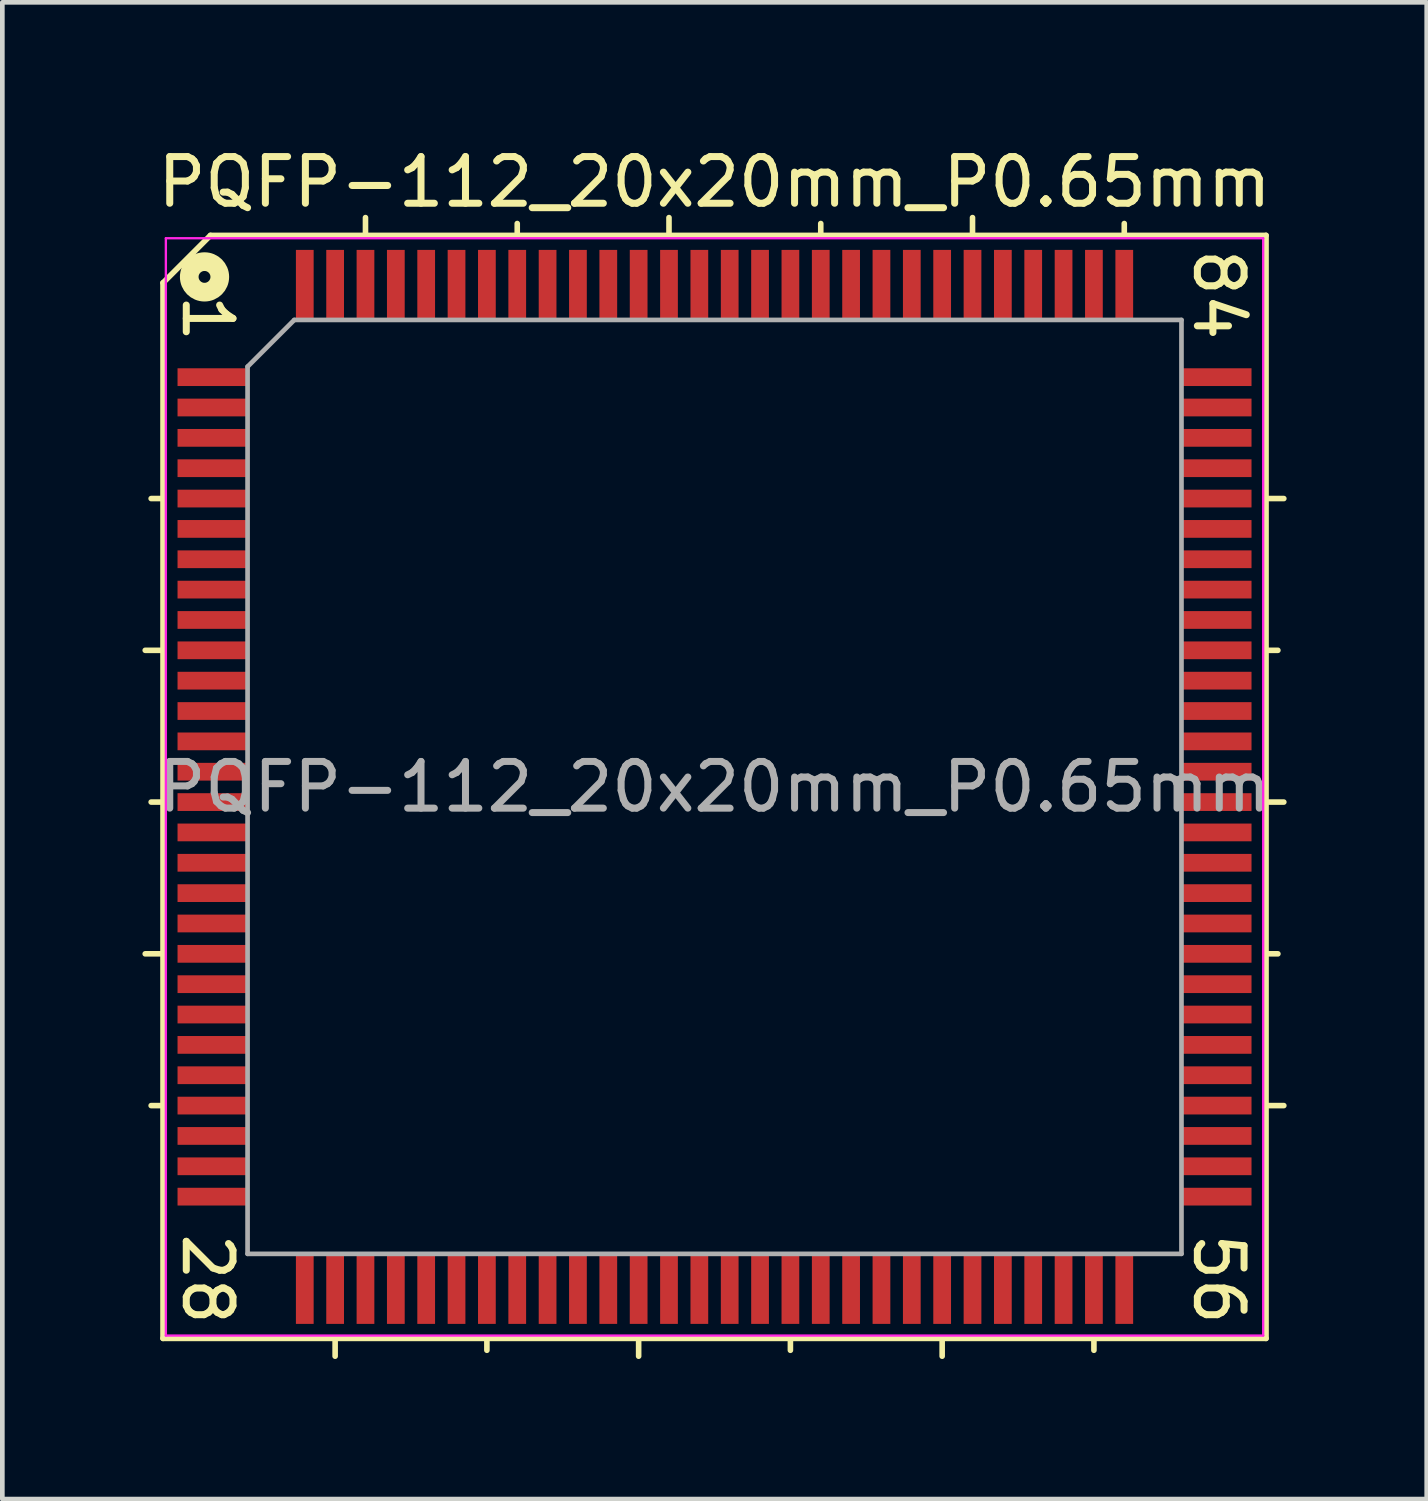
<source format=kicad_pcb>
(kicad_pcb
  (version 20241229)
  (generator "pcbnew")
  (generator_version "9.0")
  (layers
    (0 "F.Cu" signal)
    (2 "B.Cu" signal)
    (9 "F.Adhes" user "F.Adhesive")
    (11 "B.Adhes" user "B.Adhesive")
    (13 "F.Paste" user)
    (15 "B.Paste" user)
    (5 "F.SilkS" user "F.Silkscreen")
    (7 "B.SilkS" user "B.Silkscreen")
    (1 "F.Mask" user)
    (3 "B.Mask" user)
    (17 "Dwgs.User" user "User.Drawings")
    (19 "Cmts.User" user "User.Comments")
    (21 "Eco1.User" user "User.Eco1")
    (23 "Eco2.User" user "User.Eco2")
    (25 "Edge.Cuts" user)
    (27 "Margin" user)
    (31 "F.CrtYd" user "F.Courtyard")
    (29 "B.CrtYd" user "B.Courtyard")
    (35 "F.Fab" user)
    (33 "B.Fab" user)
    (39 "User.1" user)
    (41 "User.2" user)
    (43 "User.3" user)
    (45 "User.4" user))
  (footprint "PQFP-112_20x20mm_P0.65mm"
    (layer "F.Cu")
    (at 12.252 13.802)
    (property "Reference" "PQFP-112_20x20mm_P0.65mm" (at 0 -12.954 0) (layer "F.SilkS") (effects (font (size 1 1) (thickness 0.15))))
    (attr smd)
    (fp_line (start -11.811 -10.795) (end -11.811 11.811) (stroke (width 0.12) (type solid)) (layer "F.SilkS"))
    (fp_line (start -11.811 -10.795) (end -10.795 -11.811) (stroke (width 0.12) (type solid)) (layer "F.SilkS"))
    (fp_line (start -11.811 -6.175) (end -12.065 -6.175) (stroke (width 0.12) (type solid)) (layer "F.SilkS"))
    (fp_line (start -11.811 -2.925) (end -12.192 -2.925) (stroke (width 0.12) (type solid)) (layer "F.SilkS"))
    (fp_line (start -11.811 0.325) (end -12.065 0.325) (stroke (width 0.12) (type solid)) (layer "F.SilkS"))
    (fp_line (start -11.811 3.575) (end -12.192 3.575) (stroke (width 0.12) (type solid)) (layer "F.SilkS"))
    (fp_line (start -11.811 6.825) (end -12.065 6.825) (stroke (width 0.12) (type solid)) (layer "F.SilkS"))
    (fp_line (start -11.811 11.811) (end 11.811 11.811) (stroke (width 0.12) (type solid)) (layer "F.SilkS"))
    (fp_line (start -8.125 11.811) (end -8.125 12.192) (stroke (width 0.12) (type solid)) (layer "F.SilkS"))
    (fp_line (start -7.475 -11.811) (end -7.475 -12.192) (stroke (width 0.12) (type solid)) (layer "F.SilkS"))
    (fp_line (start -4.875 12.065) (end -4.875 11.811) (stroke (width 0.12) (type solid)) (layer "F.SilkS"))
    (fp_line (start -4.225 -11.811) (end -4.225 -12.065) (stroke (width 0.12) (type solid)) (layer "F.SilkS"))
    (fp_line (start -1.625 12.192) (end -1.625 11.811) (stroke (width 0.12) (type solid)) (layer "F.SilkS"))
    (fp_line (start -0.975 -11.811) (end -0.975 -12.192) (stroke (width 0.12) (type solid)) (layer "F.SilkS"))
    (fp_line (start 1.625 12.065) (end 1.625 11.811) (stroke (width 0.12) (type solid)) (layer "F.SilkS"))
    (fp_line (start 2.275 -11.811) (end 2.275 -12.065) (stroke (width 0.12) (type solid)) (layer "F.SilkS"))
    (fp_line (start 4.875 12.192) (end 4.875 11.811) (stroke (width 0.12) (type solid)) (layer "F.SilkS"))
    (fp_line (start 5.525 -11.811) (end 5.525 -12.192) (stroke (width 0.12) (type solid)) (layer "F.SilkS"))
    (fp_line (start 8.125 12.065) (end 8.125 11.811) (stroke (width 0.12) (type solid)) (layer "F.SilkS"))
    (fp_line (start 8.775 -11.811) (end 8.775 -12.065) (stroke (width 0.12) (type solid)) (layer "F.SilkS"))
    (fp_line (start 11.811 -11.811) (end -10.795 -11.811) (stroke (width 0.12) (type solid)) (layer "F.SilkS"))
    (fp_line (start 11.811 -6.175) (end 12.192 -6.175) (stroke (width 0.12) (type solid)) (layer "F.SilkS"))
    (fp_line (start 11.811 -2.925) (end 12.065 -2.925) (stroke (width 0.12) (type solid)) (layer "F.SilkS"))
    (fp_line (start 11.811 0.325) (end 12.192 0.325) (stroke (width 0.12) (type solid)) (layer "F.SilkS"))
    (fp_line (start 11.811 3.575) (end 12.065 3.575) (stroke (width 0.12) (type solid)) (layer "F.SilkS"))
    (fp_line (start 11.811 6.825) (end 12.192 6.825) (stroke (width 0.12) (type solid)) (layer "F.SilkS"))
    (fp_line (start 11.811 11.811) (end 11.811 -11.811) (stroke (width 0.12) (type solid)) (layer "F.SilkS"))
    (fp_circle (center -10.922 -10.922) (end -10.795 -10.922) (stroke (width 0.4) (type solid)) (fill no) (layer "F.SilkS"))
    (fp_line (start -11.75 -11.75) (end -11.75 11.75) (stroke (width 0.05) (type solid)) (layer "F.CrtYd"))
    (fp_line (start -11.75 -11.75) (end 11.75 -11.75) (stroke (width 0.05) (type solid)) (layer "F.CrtYd"))
    (fp_line (start -11.75 11.75) (end 11.75 11.75) (stroke (width 0.05) (type solid)) (layer "F.CrtYd"))
    (fp_line (start 11.75 -11.75) (end 11.75 11.75) (stroke (width 0.05) (type solid)) (layer "F.CrtYd"))
    (fp_line (start -10 -9) (end -10 10) (stroke (width 0.1) (type solid)) (layer "F.Fab"))
    (fp_line (start -9 -10) (end -10 -9) (stroke (width 0.1) (type solid)) (layer "F.Fab"))
    (fp_line (start -9 -10) (end 10 -10) (stroke (width 0.1) (type solid)) (layer "F.Fab"))
    (fp_line (start 10 10) (end -10 10) (stroke (width 0.1) (type solid)) (layer "F.Fab"))
    (fp_line (start 10 10) (end 10 -10) (stroke (width 0.1) (type solid)) (layer "F.Fab"))
    (fp_text user "28" (at -10.858 10.541 270) (unlocked yes) (layer "F.SilkS") (effects (font (size 1 1) (thickness 0.15))))
    (fp_text user "1" (at -10.858 -10.033 270) (unlocked yes) (layer "F.SilkS") (effects (font (size 1 1) (thickness 0.15))))
    (fp_text user "84" (at 10.795 -10.541 270) (unlocked yes) (layer "F.SilkS") (effects (font (size 1 1) (thickness 0.15))))
    (fp_text user "56" (at 10.795 10.541 270) (unlocked yes) (layer "F.SilkS") (effects (font (size 1 1) (thickness 0.15))))
    (fp_text user "${REFERENCE}" (at 0 0 0) (layer "F.Fab") (effects (font (size 1 1) (thickness 0.15))))
    (pad "1" smd rect (at -10.75 -8.775) (size 1.5 0.38) (layers "F.Cu" "F.Mask" "F.Paste"))
    (pad "2" smd rect (at -10.75 -8.125) (size 1.5 0.38) (layers "F.Cu" "F.Mask" "F.Paste"))
    (pad "3" smd rect (at -10.75 -7.475) (size 1.5 0.38) (layers "F.Cu" "F.Mask" "F.Paste"))
    (pad "4" smd rect (at -10.75 -6.825) (size 1.5 0.38) (layers "F.Cu" "F.Mask" "F.Paste"))
    (pad "5" smd rect (at -10.75 -6.175) (size 1.5 0.38) (layers "F.Cu" "F.Mask" "F.Paste"))
    (pad "6" smd rect (at -10.75 -5.525) (size 1.5 0.38) (layers "F.Cu" "F.Mask" "F.Paste"))
    (pad "7" smd rect (at -10.75 -4.875) (size 1.5 0.38) (layers "F.Cu" "F.Mask" "F.Paste"))
    (pad "8" smd rect (at -10.75 -4.225) (size 1.5 0.38) (layers "F.Cu" "F.Mask" "F.Paste"))
    (pad "9" smd rect (at -10.75 -3.575) (size 1.5 0.38) (layers "F.Cu" "F.Mask" "F.Paste"))
    (pad "10" smd rect (at -10.75 -2.925) (size 1.5 0.38) (layers "F.Cu" "F.Mask" "F.Paste"))
    (pad "11" smd rect (at -10.75 -2.275) (size 1.5 0.38) (layers "F.Cu" "F.Mask" "F.Paste"))
    (pad "12" smd rect (at -10.75 -1.625) (size 1.5 0.38) (layers "F.Cu" "F.Mask" "F.Paste"))
    (pad "13" smd rect (at -10.75 -0.975) (size 1.5 0.38) (layers "F.Cu" "F.Mask" "F.Paste"))
    (pad "14" smd rect (at -10.75 -0.325) (size 1.5 0.38) (layers "F.Cu" "F.Mask" "F.Paste"))
    (pad "15" smd rect (at -10.75 0.325) (size 1.5 0.38) (layers "F.Cu" "F.Mask" "F.Paste"))
    (pad "16" smd rect (at -10.75 0.975) (size 1.5 0.38) (layers "F.Cu" "F.Mask" "F.Paste"))
    (pad "17" smd rect (at -10.75 1.625) (size 1.5 0.38) (layers "F.Cu" "F.Mask" "F.Paste"))
    (pad "18" smd rect (at -10.75 2.275) (size 1.5 0.38) (layers "F.Cu" "F.Mask" "F.Paste"))
    (pad "19" smd rect (at -10.75 2.925) (size 1.5 0.38) (layers "F.Cu" "F.Mask" "F.Paste"))
    (pad "20" smd rect (at -10.75 3.575) (size 1.5 0.38) (layers "F.Cu" "F.Mask" "F.Paste"))
    (pad "21" smd rect (at -10.75 4.225) (size 1.5 0.38) (layers "F.Cu" "F.Mask" "F.Paste"))
    (pad "22" smd rect (at -10.75 4.875) (size 1.5 0.38) (layers "F.Cu" "F.Mask" "F.Paste"))
    (pad "23" smd rect (at -10.75 5.525) (size 1.5 0.38) (layers "F.Cu" "F.Mask" "F.Paste"))
    (pad "24" smd rect (at -10.75 6.175) (size 1.5 0.38) (layers "F.Cu" "F.Mask" "F.Paste"))
    (pad "25" smd rect (at -10.75 6.825) (size 1.5 0.38) (layers "F.Cu" "F.Mask" "F.Paste"))
    (pad "26" smd rect (at -10.75 7.475) (size 1.5 0.38) (layers "F.Cu" "F.Mask" "F.Paste"))
    (pad "27" smd rect (at -10.75 8.125) (size 1.5 0.38) (layers "F.Cu" "F.Mask" "F.Paste"))
    (pad "28" smd rect (at -10.75 8.775) (size 1.5 0.38) (layers "F.Cu" "F.Mask" "F.Paste"))
    (pad "29" smd rect (at -8.775 10.75) (size 0.38 1.5) (layers "F.Cu" "F.Mask" "F.Paste"))
    (pad "30" smd rect (at -8.125 10.75) (size 0.38 1.5) (layers "F.Cu" "F.Mask" "F.Paste"))
    (pad "31" smd rect (at -7.475 10.75) (size 0.38 1.5) (layers "F.Cu" "F.Mask" "F.Paste"))
    (pad "32" smd rect (at -6.825 10.75) (size 0.38 1.5) (layers "F.Cu" "F.Mask" "F.Paste"))
    (pad "33" smd rect (at -6.175 10.75) (size 0.38 1.5) (layers "F.Cu" "F.Mask" "F.Paste"))
    (pad "34" smd rect (at -5.525 10.75) (size 0.38 1.5) (layers "F.Cu" "F.Mask" "F.Paste"))
    (pad "35" smd rect (at -4.875 10.75) (size 0.38 1.5) (layers "F.Cu" "F.Mask" "F.Paste"))
    (pad "36" smd rect (at -4.225 10.75) (size 0.38 1.5) (layers "F.Cu" "F.Mask" "F.Paste"))
    (pad "37" smd rect (at -3.575 10.75) (size 0.38 1.5) (layers "F.Cu" "F.Mask" "F.Paste"))
    (pad "38" smd rect (at -2.925 10.75) (size 0.38 1.5) (layers "F.Cu" "F.Mask" "F.Paste"))
    (pad "39" smd rect (at -2.275 10.75) (size 0.38 1.5) (layers "F.Cu" "F.Mask" "F.Paste"))
    (pad "40" smd rect (at -1.625 10.75) (size 0.38 1.5) (layers "F.Cu" "F.Mask" "F.Paste"))
    (pad "41" smd rect (at -0.975 10.75) (size 0.38 1.5) (layers "F.Cu" "F.Mask" "F.Paste"))
    (pad "42" smd rect (at -0.325 10.75) (size 0.38 1.5) (layers "F.Cu" "F.Mask" "F.Paste"))
    (pad "43" smd rect (at 0.325 10.75) (size 0.38 1.5) (layers "F.Cu" "F.Mask" "F.Paste"))
    (pad "44" smd rect (at 0.975 10.75) (size 0.38 1.5) (layers "F.Cu" "F.Mask" "F.Paste"))
    (pad "45" smd rect (at 1.625 10.75) (size 0.38 1.5) (layers "F.Cu" "F.Mask" "F.Paste"))
    (pad "46" smd rect (at 2.275 10.75) (size 0.38 1.5) (layers "F.Cu" "F.Mask" "F.Paste"))
    (pad "47" smd rect (at 2.925 10.75) (size 0.38 1.5) (layers "F.Cu" "F.Mask" "F.Paste"))
    (pad "48" smd rect (at 3.575 10.75) (size 0.38 1.5) (layers "F.Cu" "F.Mask" "F.Paste"))
    (pad "49" smd rect (at 4.225 10.75) (size 0.38 1.5) (layers "F.Cu" "F.Mask" "F.Paste"))
    (pad "50" smd rect (at 4.875 10.75) (size 0.38 1.5) (layers "F.Cu" "F.Mask" "F.Paste"))
    (pad "51" smd rect (at 5.525 10.75) (size 0.38 1.5) (layers "F.Cu" "F.Mask" "F.Paste"))
    (pad "52" smd rect (at 6.175 10.75) (size 0.38 1.5) (layers "F.Cu" "F.Mask" "F.Paste"))
    (pad "53" smd rect (at 6.825 10.75) (size 0.38 1.5) (layers "F.Cu" "F.Mask" "F.Paste"))
    (pad "54" smd rect (at 7.475 10.75) (size 0.38 1.5) (layers "F.Cu" "F.Mask" "F.Paste"))
    (pad "55" smd rect (at 8.125 10.75) (size 0.38 1.5) (layers "F.Cu" "F.Mask" "F.Paste"))
    (pad "56" smd rect (at 8.775 10.75) (size 0.38 1.5) (layers "F.Cu" "F.Mask" "F.Paste"))
    (pad "57" smd rect (at 10.75 8.775) (size 1.5 0.38) (layers "F.Cu" "F.Mask" "F.Paste"))
    (pad "58" smd rect (at 10.75 8.125) (size 1.5 0.38) (layers "F.Cu" "F.Mask" "F.Paste"))
    (pad "59" smd rect (at 10.75 7.475) (size 1.5 0.38) (layers "F.Cu" "F.Mask" "F.Paste"))
    (pad "60" smd rect (at 10.75 6.825) (size 1.5 0.38) (layers "F.Cu" "F.Mask" "F.Paste"))
    (pad "61" smd rect (at 10.75 6.175) (size 1.5 0.38) (layers "F.Cu" "F.Mask" "F.Paste"))
    (pad "62" smd rect (at 10.75 5.525) (size 1.5 0.38) (layers "F.Cu" "F.Mask" "F.Paste"))
    (pad "63" smd rect (at 10.75 4.875) (size 1.5 0.38) (layers "F.Cu" "F.Mask" "F.Paste"))
    (pad "64" smd rect (at 10.75 4.225) (size 1.5 0.38) (layers "F.Cu" "F.Mask" "F.Paste"))
    (pad "65" smd rect (at 10.75 3.575) (size 1.5 0.38) (layers "F.Cu" "F.Mask" "F.Paste"))
    (pad "66" smd rect (at 10.75 2.925) (size 1.5 0.38) (layers "F.Cu" "F.Mask" "F.Paste"))
    (pad "67" smd rect (at 10.75 2.275) (size 1.5 0.38) (layers "F.Cu" "F.Mask" "F.Paste"))
    (pad "68" smd rect (at 10.75 1.625) (size 1.5 0.38) (layers "F.Cu" "F.Mask" "F.Paste"))
    (pad "69" smd rect (at 10.75 0.975) (size 1.5 0.38) (layers "F.Cu" "F.Mask" "F.Paste"))
    (pad "70" smd rect (at 10.75 0.325) (size 1.5 0.38) (layers "F.Cu" "F.Mask" "F.Paste"))
    (pad "71" smd rect (at 10.75 -0.325) (size 1.5 0.38) (layers "F.Cu" "F.Mask" "F.Paste"))
    (pad "72" smd rect (at 10.75 -0.975) (size 1.5 0.38) (layers "F.Cu" "F.Mask" "F.Paste"))
    (pad "73" smd rect (at 10.75 -1.625) (size 1.5 0.38) (layers "F.Cu" "F.Mask" "F.Paste"))
    (pad "74" smd rect (at 10.75 -2.275) (size 1.5 0.38) (layers "F.Cu" "F.Mask" "F.Paste"))
    (pad "75" smd rect (at 10.75 -2.925) (size 1.5 0.38) (layers "F.Cu" "F.Mask" "F.Paste"))
    (pad "76" smd rect (at 10.75 -3.575) (size 1.5 0.38) (layers "F.Cu" "F.Mask" "F.Paste"))
    (pad "77" smd rect (at 10.75 -4.225) (size 1.5 0.38) (layers "F.Cu" "F.Mask" "F.Paste"))
    (pad "78" smd rect (at 10.75 -4.875) (size 1.5 0.38) (layers "F.Cu" "F.Mask" "F.Paste"))
    (pad "79" smd rect (at 10.75 -5.525) (size 1.5 0.38) (layers "F.Cu" "F.Mask" "F.Paste"))
    (pad "80" smd rect (at 10.75 -6.175) (size 1.5 0.38) (layers "F.Cu" "F.Mask" "F.Paste"))
    (pad "81" smd rect (at 10.75 -6.825) (size 1.5 0.38) (layers "F.Cu" "F.Mask" "F.Paste"))
    (pad "82" smd rect (at 10.75 -7.475) (size 1.5 0.38) (layers "F.Cu" "F.Mask" "F.Paste"))
    (pad "83" smd rect (at 10.75 -8.125) (size 1.5 0.38) (layers "F.Cu" "F.Mask" "F.Paste"))
    (pad "84" smd rect (at 10.75 -8.775) (size 1.5 0.38) (layers "F.Cu" "F.Mask" "F.Paste"))
    (pad "85" smd rect (at 8.775 -10.75) (size 0.38 1.5) (layers "F.Cu" "F.Mask" "F.Paste"))
    (pad "86" smd rect (at 8.125 -10.75) (size 0.38 1.5) (layers "F.Cu" "F.Mask" "F.Paste"))
    (pad "87" smd rect (at 7.475 -10.75) (size 0.38 1.5) (layers "F.Cu" "F.Mask" "F.Paste"))
    (pad "88" smd rect (at 6.825 -10.75) (size 0.38 1.5) (layers "F.Cu" "F.Mask" "F.Paste"))
    (pad "89" smd rect (at 6.175 -10.75) (size 0.38 1.5) (layers "F.Cu" "F.Mask" "F.Paste"))
    (pad "90" smd rect (at 5.525 -10.75) (size 0.38 1.5) (layers "F.Cu" "F.Mask" "F.Paste"))
    (pad "91" smd rect (at 4.875 -10.75) (size 0.38 1.5) (layers "F.Cu" "F.Mask" "F.Paste"))
    (pad "92" smd rect (at 4.225 -10.75) (size 0.38 1.5) (layers "F.Cu" "F.Mask" "F.Paste"))
    (pad "93" smd rect (at 3.575 -10.75) (size 0.38 1.5) (layers "F.Cu" "F.Mask" "F.Paste"))
    (pad "94" smd rect (at 2.925 -10.75) (size 0.38 1.5) (layers "F.Cu" "F.Mask" "F.Paste"))
    (pad "95" smd rect (at 2.275 -10.75) (size 0.38 1.5) (layers "F.Cu" "F.Mask" "F.Paste"))
    (pad "96" smd rect (at 1.625 -10.75) (size 0.38 1.5) (layers "F.Cu" "F.Mask" "F.Paste"))
    (pad "97" smd rect (at 0.975 -10.75) (size 0.38 1.5) (layers "F.Cu" "F.Mask" "F.Paste"))
    (pad "98" smd rect (at 0.325 -10.75) (size 0.38 1.5) (layers "F.Cu" "F.Mask" "F.Paste"))
    (pad "99" smd rect (at -0.325 -10.75) (size 0.38 1.5) (layers "F.Cu" "F.Mask" "F.Paste"))
    (pad "100" smd rect (at -0.975 -10.75) (size 0.38 1.5) (layers "F.Cu" "F.Mask" "F.Paste"))
    (pad "101" smd rect (at -1.625 -10.75) (size 0.38 1.5) (layers "F.Cu" "F.Mask" "F.Paste"))
    (pad "102" smd rect (at -2.275 -10.75) (size 0.38 1.5) (layers "F.Cu" "F.Mask" "F.Paste"))
    (pad "103" smd rect (at -2.925 -10.75) (size 0.38 1.5) (layers "F.Cu" "F.Mask" "F.Paste"))
    (pad "104" smd rect (at -3.575 -10.75) (size 0.38 1.5) (layers "F.Cu" "F.Mask" "F.Paste"))
    (pad "105" smd rect (at -4.225 -10.75) (size 0.38 1.5) (layers "F.Cu" "F.Mask" "F.Paste"))
    (pad "106" smd rect (at -4.875 -10.75) (size 0.38 1.5) (layers "F.Cu" "F.Mask" "F.Paste"))
    (pad "107" smd rect (at -5.525 -10.75) (size 0.38 1.5) (layers "F.Cu" "F.Mask" "F.Paste"))
    (pad "108" smd rect (at -6.175 -10.75) (size 0.38 1.5) (layers "F.Cu" "F.Mask" "F.Paste"))
    (pad "109" smd rect (at -6.825 -10.75) (size 0.38 1.5) (layers "F.Cu" "F.Mask" "F.Paste"))
    (pad "110" smd rect (at -7.475 -10.75) (size 0.38 1.5) (layers "F.Cu" "F.Mask" "F.Paste"))
    (pad "111" smd rect (at -8.125 -10.75) (size 0.38 1.5) (layers "F.Cu" "F.Mask" "F.Paste"))
    (pad "112" smd rect (at -8.775 -10.75) (size 0.38 1.5) (layers "F.Cu" "F.Mask" "F.Paste")))
  (gr_rect
    (start -3 -3)
    (end 27.504 29.054)
    (stroke (width 0.1) (type default))
    (fill no)
    (layer "Edge.Cuts")))
</source>
